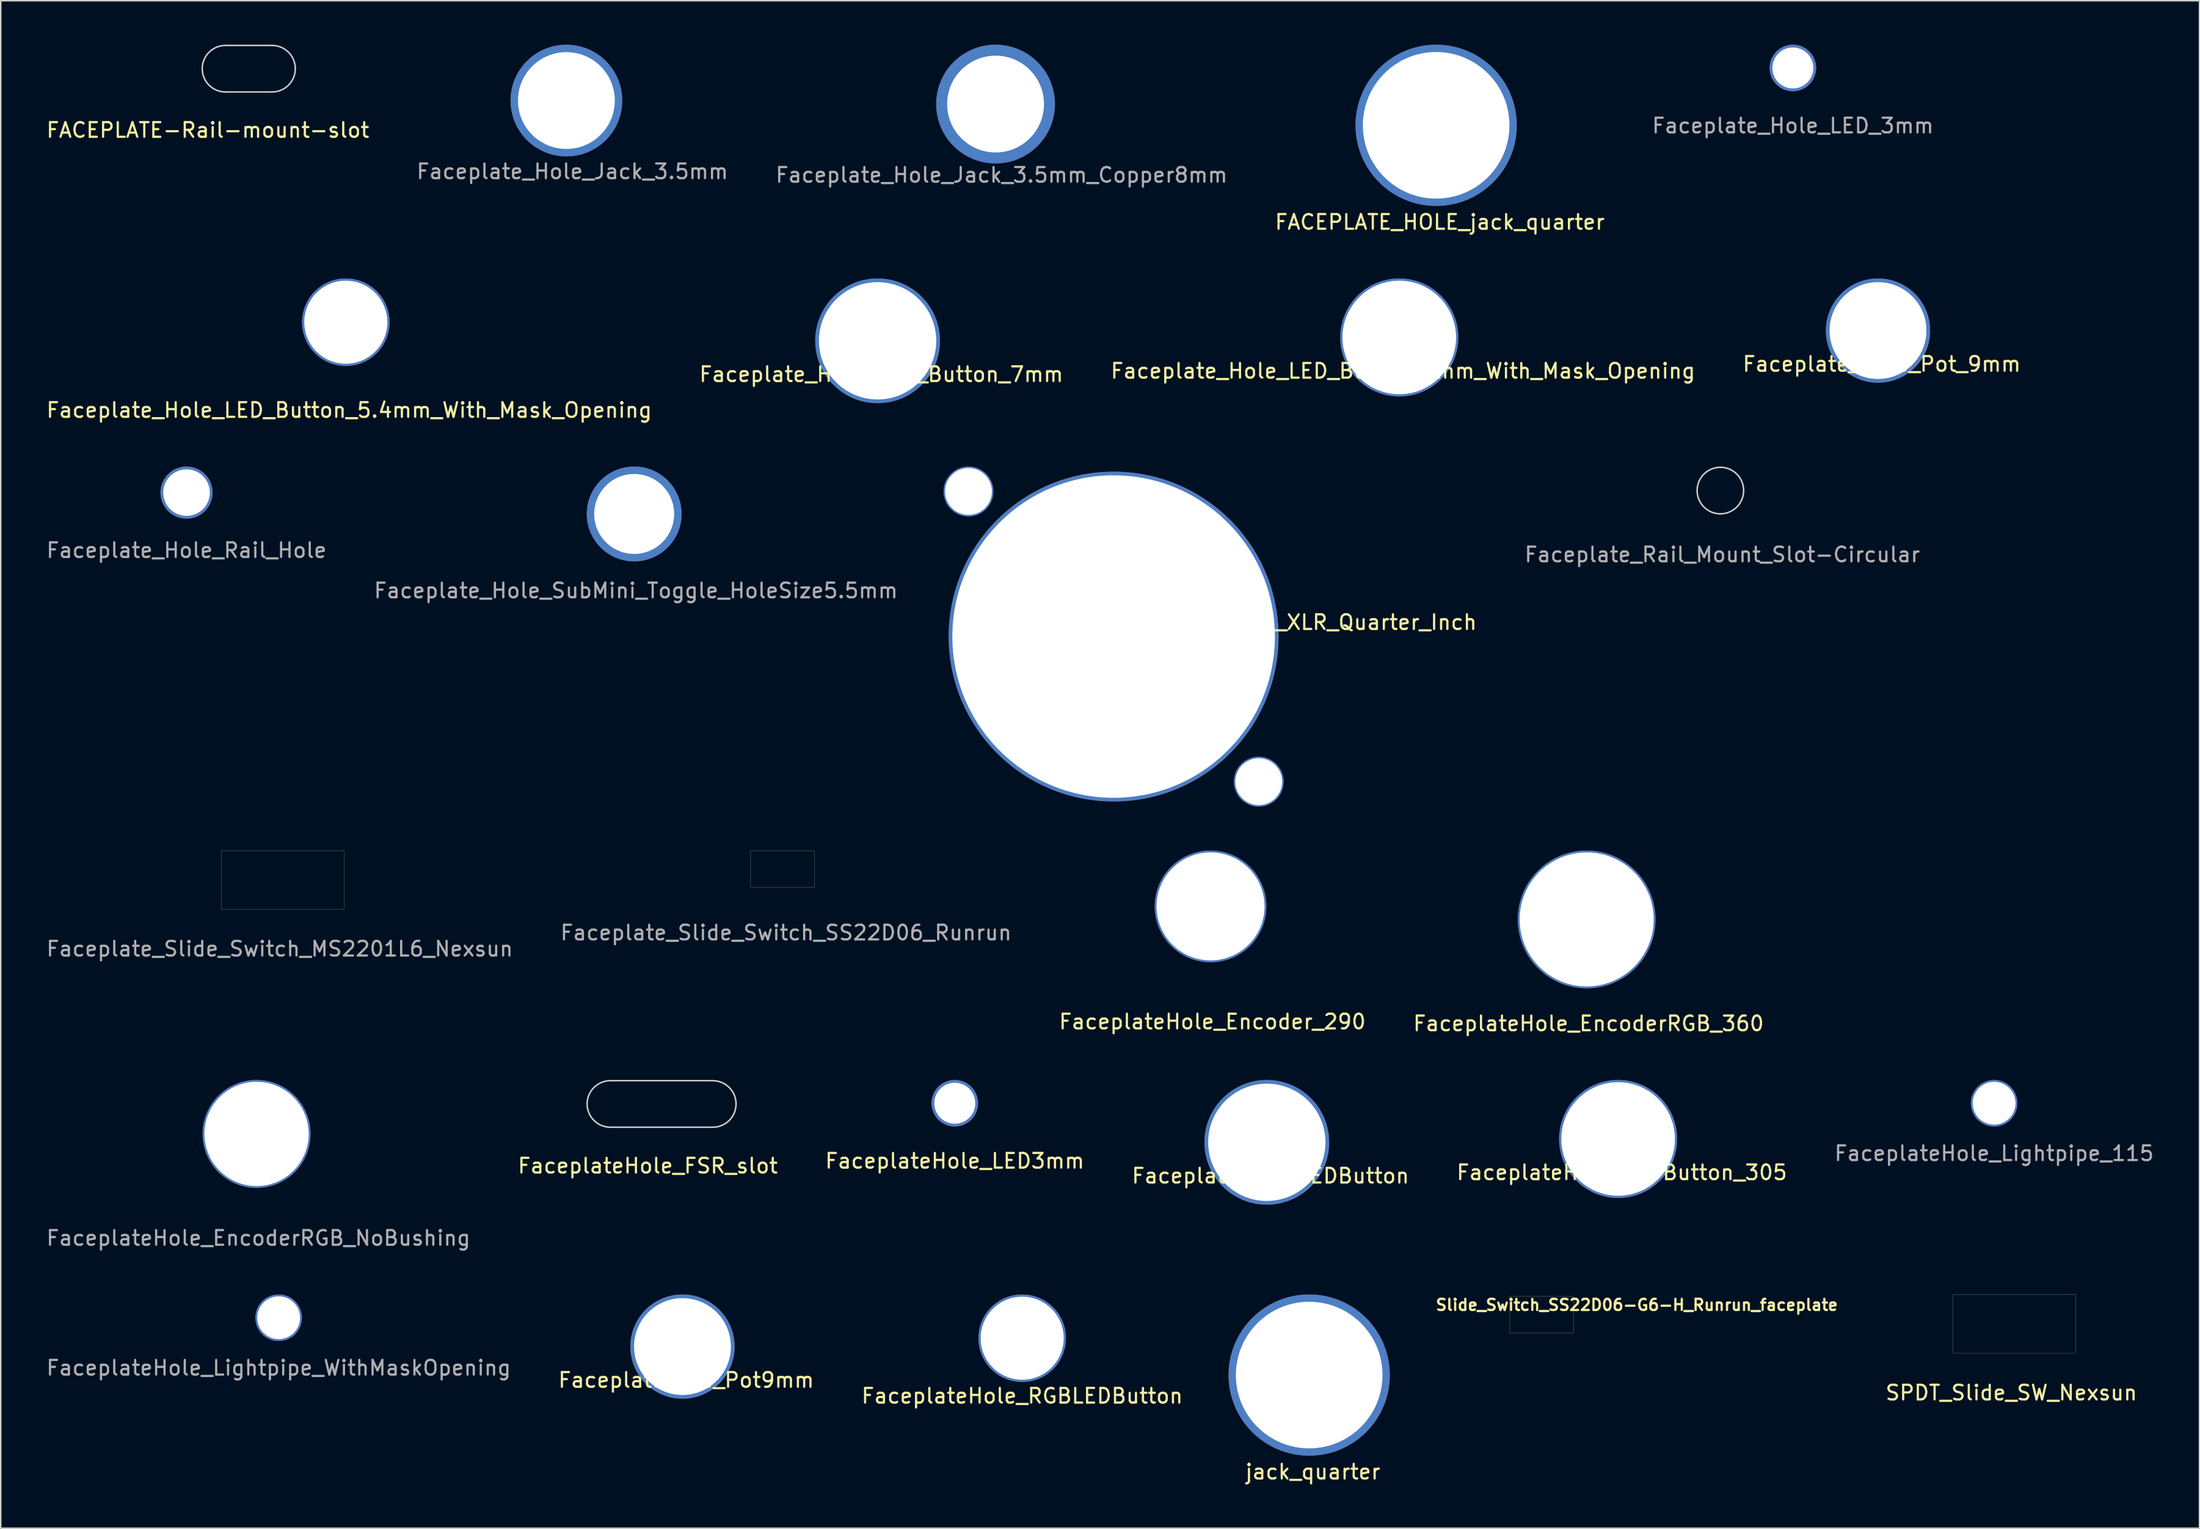
<source format=kicad_pcb>
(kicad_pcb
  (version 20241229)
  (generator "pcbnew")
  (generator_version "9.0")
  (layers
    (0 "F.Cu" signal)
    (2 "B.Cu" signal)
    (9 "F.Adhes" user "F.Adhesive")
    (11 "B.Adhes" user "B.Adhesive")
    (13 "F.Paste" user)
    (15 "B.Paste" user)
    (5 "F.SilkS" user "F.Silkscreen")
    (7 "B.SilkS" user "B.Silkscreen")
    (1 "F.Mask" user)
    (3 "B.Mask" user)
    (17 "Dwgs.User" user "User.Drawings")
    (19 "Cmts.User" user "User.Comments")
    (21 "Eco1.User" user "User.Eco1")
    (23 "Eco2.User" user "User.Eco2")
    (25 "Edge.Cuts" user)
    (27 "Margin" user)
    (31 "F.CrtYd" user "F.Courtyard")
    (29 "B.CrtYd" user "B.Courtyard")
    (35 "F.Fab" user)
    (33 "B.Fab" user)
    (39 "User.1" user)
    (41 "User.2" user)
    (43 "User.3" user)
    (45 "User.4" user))
  (footprint "FaceplateHole_Encoder_290"
    (layer "F.Cu")
    (at 79.522 58.791)
    (property "Reference" "FaceplateHole_Encoder_290" (at 0.127 7.866 0) (layer "F.SilkS") (effects (font (size 1 1) (thickness 0.15))))
    (attr through_hole)
    (pad "1" thru_hole circle (at 0 0) (size 7.62 7.62) (drill 7.366) (layers "*.Cu" "B.Mask")))
  (footprint "FaceplateHole_EncoderRGB_NoBushing"
    (layer "F.Cu")
    (at 14.45 74.315)
    (property "Reference" "FaceplateHole_EncoderRGB_NoBushing" (at 0.127 7.104 0) (layer "F.Fab") (effects (font (size 1 1) (thickness 0.15))))
    (attr through_hole)
    (pad "1" thru_hole circle (at 0 0) (size 7.366 7.366) (drill 7.112) (layers "*.Cu" "*.Mask")))
  (footprint "Faceplate_Hole_Rail_Hole"
    (layer "F.Cu")
    (at 9.673 30.559)
    (property "Reference" "Faceplate_Hole_Rail_Hole" (at 0 3.937 0) (layer "F.Fab") (effects (font (size 1 1) (thickness 0.15))))
    (attr through_hole)
    (fp_line (start -0.508 0) (end 0.508 0) (stroke (width 0.15) (type solid)) (layer "F.Fab"))
    (fp_line (start 0 -0.508) (end 0 0.508) (stroke (width 0.15) (type solid)) (layer "F.Fab"))
    (pad "1" thru_hole circle (at 0 0 90) (size 3.556 3.556) (drill 3.175) (layers "*.Cu" "*.Mask")))
  (footprint "Faceplate_Hole_LED_Button_5.4mm_With_Mask_Opening"
    (layer "F.Cu")
    (at 20.538 18.933)
    (property "Reference" "Faceplate_Hole_LED_Button_5.4mm_With_Mask_Opening" (at 0.23 6 0) (layer "F.SilkS") (effects (font (size 1 1) (thickness 0.15))))
    (attr through_hole)
    (fp_line (start -0.508 0) (end 0.508 0) (stroke (width 0.15) (type solid)) (layer "F.Fab"))
    (fp_line (start 0 -0.508) (end 0 0.508) (stroke (width 0.15) (type solid)) (layer "F.Fab"))
    (pad "1" thru_hole circle (at 0 0) (size 5.969 5.969) (drill 5.664) (layers "*.Cu" "*.Mask")))
  (footprint "Faceplate_Hole_Pot_9mm"
    (layer "F.Cu")
    (at 125.05 19.504)
    (property "Reference" "Faceplate_Hole_Pot_9mm" (at 0.254 2.286 0) (layer "F.SilkS") (effects (font (size 1 1) (thickness 0.15))))
    (attr through_hole)
    (fp_line (start -0.508 0) (end 0.508 0) (stroke (width 0.15) (type solid)) (layer "F.Fab"))
    (fp_line (start 0 -0.508) (end 0 0.508) (stroke (width 0.15) (type solid)) (layer "F.Fab"))
    (pad "1" thru_hole circle (at 0 0) (size 7.112 7.112) (drill 6.604) (layers "*.Cu" "*.Mask")))
  (footprint "Faceplate_Hole_Jack_3.5mm_Copper8mm"
    (layer "F.Cu")
    (at 64.858 4.05)
    (property "Reference" "Faceplate_Hole_Jack_3.5mm_Copper8mm" (at 0.41 4.84 0) (layer "F.Fab") (effects (font (size 1 1) (thickness 0.15))))
    (attr through_hole)
    (fp_line (start -0.508 0) (end 0.508 0) (stroke (width 0.15) (type solid)) (layer "F.Fab"))
    (fp_line (start 0 -0.508) (end 0 0.508) (stroke (width 0.15) (type solid)) (layer "F.Fab"))
    (pad "1" thru_hole circle (at 0 0) (size 8.1 8.1) (drill 6.604) (layers "*.Cu" "*.Mask")))
  (footprint "FACEPLATE_HOLE_jack_quarter"
    (layer "F.Cu")
    (at 94.911 5.5)
    (property "Reference" "FACEPLATE_HOLE_jack_quarter" (at 0.25 6.6 0) (layer "F.SilkS") (effects (font (size 1 1) (thickness 0.15))))
    (attr through_hole)
    (pad "1" thru_hole circle (at 0 0) (size 11 11) (drill 10) (layers "*.Cu" "*.Mask")))
  (footprint "FaceplateHole_Pot9mm"
    (layer "F.Cu")
    (at 43.502 88.823)
    (property "Reference" "FaceplateHole_Pot9mm" (at 0.254 2.286 0) (layer "F.SilkS") (effects (font (size 1 1) (thickness 0.15))))
    (attr through_hole)
    (fp_line (start -0.508 0) (end 0.508 0) (stroke (width 0.15) (type solid)) (layer "F.Fab"))
    (fp_line (start 0 -0.508) (end 0 0.508) (stroke (width 0.15) (type solid)) (layer "F.Fab"))
    (pad "1" thru_hole circle (at 0 0) (size 7.112 7.112) (drill 6.604) (layers "*.Cu" "*.Mask")))
  (footprint "Faceplate_Rail_Mount_Slot-Circular"
    (layer "F.Cu")
    (at 114.298 30.419)
    (property "Reference" "Faceplate_Rail_Mount_Slot-Circular" (at 0.13 4.37 0) (layer "F.Fab") (effects (font (size 1 1) (thickness 0.15))))
    (attr through_hole)
    (fp_arc (start 0 -1.5875) (mid 1.5875 0) (end 0 1.5875) (stroke (width 0.1) (type solid)) (layer "Edge.Cuts"))
    (fp_arc (start 0 1.5875) (mid -1.5875 0) (end 0 -1.5875) (stroke (width 0.1) (type solid)) (layer "Edge.Cuts")))
  (footprint "jack_quarter"
    (layer "F.Cu")
    (at 86.25 90.767)
    (property "Reference" "jack_quarter" (at 0.25 6.6 0) (layer "F.SilkS") (effects (font (size 1 1) (thickness 0.15))))
    (attr through_hole)
    (pad "1" thru_hole circle (at 0 0) (size 11 11) (drill 10) (layers "*.Cu" "*.Mask")))
  (footprint "FACEPLATE-Rail-mount-slot"
    (layer "F.Cu")
    (at 13.919 1.637)
    (property "Reference" "FACEPLATE-Rail-mount-slot" (at -2.794 4.191 0) (layer "F.SilkS") (effects (font (size 1 1) (thickness 0.15))))
    (attr through_hole)
    (fp_line (start -1.587 -1.587) (end 1.587 -1.587) (stroke (width 0.1) (type solid)) (layer "Edge.Cuts"))
    (fp_line (start -1.587 1.587) (end 1.587 1.587) (stroke (width 0.1) (type solid)) (layer "Edge.Cuts"))
    (fp_arc (start -1.5875 1.5875) (mid -3.175 0) (end -1.5875 -1.5875) (stroke (width 0.1) (type solid)) (layer "Edge.Cuts"))
    (fp_arc (start 1.5875 -1.5875) (mid 3.175 0) (end 1.5875 1.5875) (stroke (width 0.1) (type solid)) (layer "Edge.Cuts")))
  (footprint "FaceplateHole_EncoderRGB_360"
    (layer "F.Cu")
    (at 105.177 59.68)
    (property "Reference" "FaceplateHole_EncoderRGB_360" (at 0.127 7.104 0) (layer "F.SilkS") (effects (font (size 1 1) (thickness 0.15))))
    (attr through_hole)
    (pad "1" thru_hole circle (at 0 0) (size 9.398 9.398) (drill 9.144) (layers "*.Cu" "*.Mask")))
  (footprint "FaceplateHole_Lightpipe_WithMaskOpening"
    (layer "F.Cu")
    (at 15.958 86.855)
    (property "Reference" "FaceplateHole_Lightpipe_WithMaskOpening" (at 0 3.421 0) (layer "F.Fab") (effects (font (size 1 1) (thickness 0.15))))
    (attr through_hole)
    (pad "1" thru_hole circle (at 0 0) (size 3.175 3.175) (drill 2.921) (layers "*.Cu" "*.Mask")))
  (footprint "FaceplateHole_Lightpipe_115"
    (layer "F.Cu")
    (at 132.97 72.22)
    (property "Reference" "FaceplateHole_Lightpipe_115" (at 0 3.421 0) (layer "F.Fab") (effects (font (size 1 1) (thickness 0.15))))
    (attr through_hole)
    (pad "1" thru_hole circle (at 0 0) (size 3.175 3.175) (drill 2.921) (layers "*.Cu")))
  (footprint "Faceplate_Hole_LED_Button_7mm"
    (layer "F.Cu")
    (at 56.811 20.203)
    (property "Reference" "Faceplate_Hole_LED_Button_7mm" (at 0.254 2.286 0) (layer "F.SilkS") (effects (font (size 1 1) (thickness 0.15))))
    (attr through_hole)
    (fp_line (start -0.508 0) (end 0.508 0) (stroke (width 0.15) (type solid)) (layer "F.Fab"))
    (fp_line (start 0 -0.508) (end 0 0.508) (stroke (width 0.15) (type solid)) (layer "F.Fab"))
    (pad "1" thru_hole circle (at 0 0) (size 8.509 8.509) (drill 8.001) (layers "*.Cu" "*.Mask")))
  (footprint "SPDT_Slide_SW_Nexsun"
    (layer "F.Cu")
    (at 134.347 87.272)
    (property "Reference" "SPDT_Slide_SW_Nexsun" (at -0.2 4.7 0) (layer "F.SilkS") (effects (font (size 1 1) (thickness 0.15))))
    (attr through_hole)
    (fp_line (start -4.19 -2) (end -4.19 2) (stroke (width 0.01) (type solid)) (layer "F.SilkS"))
    (fp_line (start -4.19 -2) (end 4.19 -2) (stroke (width 0.01) (type solid)) (layer "F.SilkS"))
    (fp_line (start 4.19 2) (end -4.19 2) (stroke (width 0.01) (type solid)) (layer "F.SilkS"))
    (fp_line (start 4.19 2) (end 4.19 -2) (stroke (width 0.01) (type solid)) (layer "F.SilkS")))
  (footprint "FaceplateHole_LEDButton_305"
    (layer "F.Cu")
    (at 107.323 74.658)
    (property "Reference" "FaceplateHole_LEDButton_305" (at 0.254 2.286 0) (layer "F.SilkS") (effects (font (size 1 1) (thickness 0.15))))
    (attr through_hole)
    (fp_line (start -0.508 0) (end 0.508 0) (stroke (width 0.15) (type solid)) (layer "F.Fab"))
    (fp_line (start 0 -0.508) (end 0 0.508) (stroke (width 0.15) (type solid)) (layer "F.Fab"))
    (pad "1" thru_hole circle (at 0 0) (size 8.052 8.052) (drill 7.747) (layers "*.Cu" "*.Mask")))
  (footprint "Faceplate_Slide_Switch_SS22D06_Runrun"
    (layer "F.Cu")
    (at 50.325 56.236)
    (property "Reference" "Faceplate_Slide_Switch_SS22D06_Runrun" (at 0.24 4.35 0) (layer "F.Fab") (effects (font (size 1 1) (thickness 0.15))))
    (attr through_hole)
    (fp_line (start -2.175 -1.25) (end -2.175 1.25) (stroke (width 0.01) (type solid)) (layer "Edge.Cuts"))
    (fp_line (start -2.175 -1.25) (end 2.175 -1.25) (stroke (width 0.01) (type solid)) (layer "Edge.Cuts"))
    (fp_line (start -2.175 1.25) (end 2.175 1.25) (stroke (width 0.01) (type solid)) (layer "Edge.Cuts"))
    (fp_line (start 2.175 -1.25) (end 2.175 1.25) (stroke (width 0.01) (type solid)) (layer "Edge.Cuts")))
  (footprint "Faceplate_Slide_Switch_MS2201L6_Nexsun"
    (layer "F.Cu")
    (at 16.23 56.986)
    (property "Reference" "Faceplate_Slide_Switch_MS2201L6_Nexsun" (at -0.2 4.7 0) (layer "F.Fab") (effects (font (size 1 1) (thickness 0.15))))
    (attr through_hole)
    (fp_line (start -4.19 -2) (end -4.19 2) (stroke (width 0.01) (type solid)) (layer "Edge.Cuts"))
    (fp_line (start -4.19 -2) (end 4.19 -2) (stroke (width 0.01) (type solid)) (layer "Edge.Cuts"))
    (fp_line (start 4.19 2) (end -4.19 2) (stroke (width 0.01) (type solid)) (layer "Edge.Cuts"))
    (fp_line (start 4.19 2) (end 4.19 -2) (stroke (width 0.01) (type solid)) (layer "Edge.Cuts")))
  (footprint "Faceplate_Hole_Jack_3.5mm"
    (layer "F.Cu")
    (at 35.584 3.81)
    (property "Reference" "Faceplate_Hole_Jack_3.5mm" (at 0.41 4.84 0) (layer "F.Fab") (effects (font (size 1 1) (thickness 0.15))))
    (attr through_hole)
    (fp_line (start -0.508 0) (end 0.508 0) (stroke (width 0.15) (type solid)) (layer "F.Fab"))
    (fp_line (start 0 -0.508) (end 0 0.508) (stroke (width 0.15) (type solid)) (layer "F.Fab"))
    (pad "1" thru_hole circle (at 0 0) (size 7.62 7.62) (drill 6.604) (layers "*.Cu" "*.Mask")))
  (footprint "Faceplate_Hole_SubMini_Toggle_HoleSize5.5mm"
    (layer "F.Cu")
    (at 40.207 32.016)
    (property "Reference" "Faceplate_Hole_SubMini_Toggle_HoleSize5.5mm" (at 0.12 5.23 0) (layer "F.Fab") (effects (font (size 1 1) (thickness 0.15))))
    (attr through_hole)
    (fp_line (start -0.508 0) (end 0.508 0) (stroke (width 0.15) (type solid)) (layer "F.Fab"))
    (fp_line (start 0 -0.508) (end 0 0.508) (stroke (width 0.15) (type solid)) (layer "F.Fab"))
    (pad "1" thru_hole circle (at 0 0) (size 6.469 6.469) (drill 5.453) (layers "*.Cu" "*.Mask")))
  (footprint "FaceplateHole_RGBLEDButton"
    (layer "F.Cu")
    (at 66.673 88.252)
    (property "Reference" "FaceplateHole_RGBLEDButton" (at 0 3.937 0) (layer "F.SilkS") (effects (font (size 1 1) (thickness 0.15))))
    (attr through_hole)
    (fp_line (start -0.508 0) (end 0.508 0) (stroke (width 0.15) (type solid)) (layer "F.Fab"))
    (fp_line (start 0 -0.508) (end 0 0.508) (stroke (width 0.15) (type solid)) (layer "F.Fab"))
    (pad "1" thru_hole circle (at 0 0) (size 5.969 5.969) (drill 5.664) (layers "*.Cu" "*.Mask")))
  (footprint "Faceplate_Hole_XLR_Quarter_Inch"
    (layer "F.Cu")
    (at 72.91 40.381)
    (property "Reference" "Faceplate_Hole_XLR_Quarter_Inch" (at -0.38 -0.39 0) (layer "F.SilkS") (effects (font (size 1 1) (thickness 0.15)) (justify left bottom)))
    (attr through_hole)
    (pad "3" thru_hole circle (at 0 0 270) (size 22.5 22.5) (drill 22) (layers "*.Cu" "*.Mask"))
    (pad "4" thru_hole circle (at -9.9 -9.9 270) (size 3.4 3.4) (drill 3.2) (layers "*.Cu" "*.Mask"))
    (pad "4" thru_hole circle (at 9.9 9.9 270) (size 3.4 3.4) (drill 3.2) (layers "*.Cu" "*.Mask")))
  (footprint "Faceplate_Hole_LED_Button_7mm_With_Mask_Opening"
    (layer "F.Cu")
    (at 92.395 19.974)
    (property "Reference" "Faceplate_Hole_LED_Button_7mm_With_Mask_Opening" (at 0.254 2.286 0) (layer "F.SilkS") (effects (font (size 1 1) (thickness 0.15))))
    (attr through_hole)
    (fp_line (start -0.508 0) (end 0.508 0) (stroke (width 0.15) (type solid)) (layer "F.Fab"))
    (fp_line (start 0 -0.508) (end 0 0.508) (stroke (width 0.15) (type solid)) (layer "F.Fab"))
    (pad "1" thru_hole circle (at 0 0) (size 8.052 8.052) (drill 7.747) (layers "*.Cu" "*.Mask")))
  (footprint "FaceplateHole_FSR_slot"
    (layer "F.Cu")
    (at 42.077 72.27)
    (property "Reference" "FaceplateHole_FSR_slot" (at -0.94 4.221 0) (layer "F.SilkS") (effects (font (size 1 1) (thickness 0.15))))
    (attr through_hole)
    (fp_line (start -3.493 -1.587) (end 3.493 -1.587) (stroke (width 0.1) (type solid)) (layer "Edge.Cuts"))
    (fp_line (start -3.493 1.587) (end 3.493 1.587) (stroke (width 0.1) (type solid)) (layer "Edge.Cuts"))
    (fp_arc (start -3.4925 1.5875) (mid -5.08 0) (end -3.4925 -1.5875) (stroke (width 0.1) (type solid)) (layer "Edge.Cuts"))
    (fp_arc (start 3.4925 -1.5875) (mid 5.08 0) (end 3.4925 1.5875) (stroke (width 0.1) (type solid)) (layer "Edge.Cuts")))
  (footprint "Slide_Switch_SS22D06-G6-H_Runrun_faceplate"
    (layer "F.Cu")
    (at 102.111 86.647)
    (property "Reference" "Slide_Switch_SS22D06-G6-H_Runrun_faceplate" (at 6.489 -0.666 0) (layer "F.SilkS") (effects (font (size 0.762 0.762) (thickness 0.152))))
    (attr through_hole)
    (fp_line (start -2.175 -1.25) (end -2.175 1.25) (stroke (width 0.01) (type solid)) (layer "F.SilkS"))
    (fp_line (start -2.175 -1.25) (end 2.175 -1.25) (stroke (width 0.01) (type solid)) (layer "F.SilkS"))
    (fp_line (start -2.175 1.25) (end 2.175 1.25) (stroke (width 0.01) (type solid)) (layer "F.SilkS"))
    (fp_line (start 2.175 -1.25) (end 2.175 1.25) (stroke (width 0.01) (type solid)) (layer "F.SilkS")))
  (footprint "FaceplateHole_LEDButton"
    (layer "F.Cu")
    (at 83.359 74.887)
    (property "Reference" "FaceplateHole_LEDButton" (at 0.254 2.286 0) (layer "F.SilkS") (effects (font (size 1 1) (thickness 0.15))))
    (attr through_hole)
    (fp_line (start -0.508 0) (end 0.508 0) (stroke (width 0.15) (type solid)) (layer "F.Fab"))
    (fp_line (start 0 -0.508) (end 0 0.508) (stroke (width 0.15) (type solid)) (layer "F.Fab"))
    (pad "1" thru_hole circle (at 0 0) (size 8.509 8.509) (drill 8.001) (layers "*.Cu" "*.Mask")))
  (footprint "Faceplate_Hole_LED_3mm"
    (layer "F.Cu")
    (at 119.244 1.587)
    (property "Reference" "Faceplate_Hole_LED_3mm" (at 0 3.937 0) (layer "F.Fab") (effects (font (size 1 1) (thickness 0.15))))
    (attr through_hole)
    (fp_line (start -0.508 0) (end 0.508 0) (stroke (width 0.15) (type solid)) (layer "F.Fab"))
    (fp_line (start 0 -0.508) (end 0 0.508) (stroke (width 0.15) (type solid)) (layer "F.Fab"))
    (pad "1" thru_hole circle (at 0 0 90) (size 3.175 3.175) (drill 2.794) (layers "*.Cu" "*.Mask")))
  (footprint "FaceplateHole_LED3mm"
    (layer "F.Cu")
    (at 62.077 72.22)
    (property "Reference" "FaceplateHole_LED3mm" (at 0 3.937 0) (layer "F.SilkS") (effects (font (size 1 1) (thickness 0.15))))
    (attr through_hole)
    (fp_line (start -0.508 0) (end 0.508 0) (stroke (width 0.15) (type solid)) (layer "F.Fab"))
    (fp_line (start 0 -0.508) (end 0 0.508) (stroke (width 0.15) (type solid)) (layer "F.Fab"))
    (pad "1" thru_hole circle (at 0 0 90) (size 3.175 3.175) (drill 2.794) (layers "*.Cu" "*.Mask")))
  (gr_rect
    (start -3 -3)
    (end 146.976 101.216)
    (stroke (width 0.1) (type default))
    (fill no)
    (layer "Edge.Cuts")))
</source>
